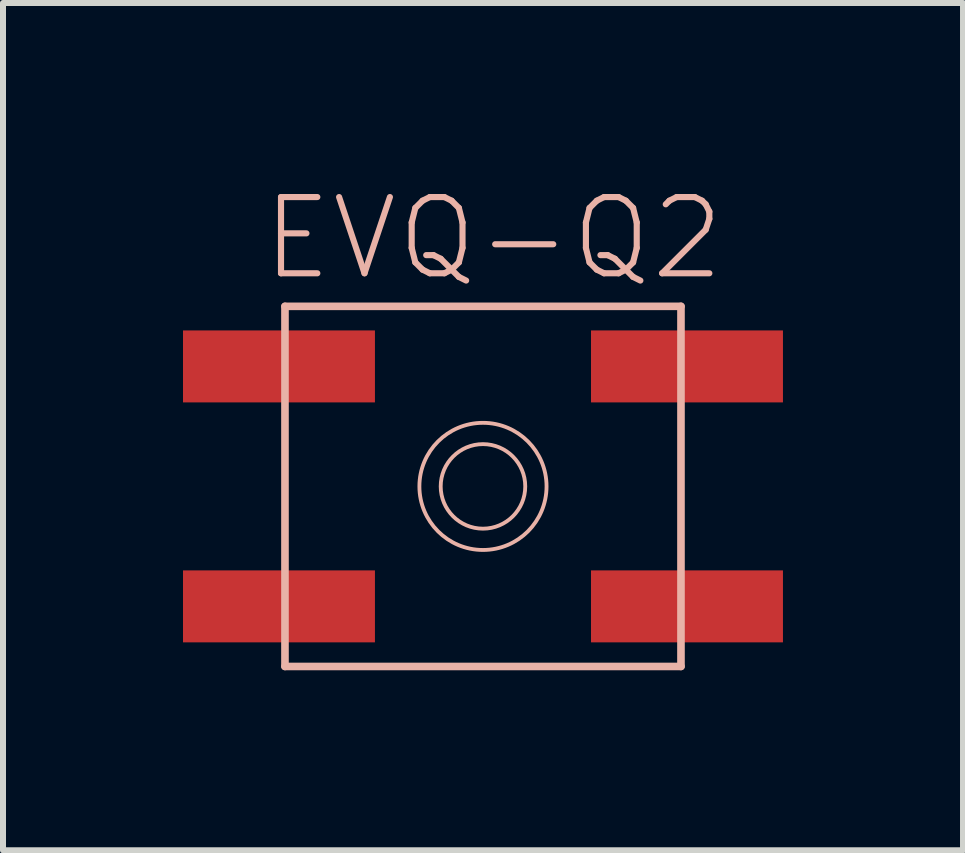
<source format=kicad_pcb>
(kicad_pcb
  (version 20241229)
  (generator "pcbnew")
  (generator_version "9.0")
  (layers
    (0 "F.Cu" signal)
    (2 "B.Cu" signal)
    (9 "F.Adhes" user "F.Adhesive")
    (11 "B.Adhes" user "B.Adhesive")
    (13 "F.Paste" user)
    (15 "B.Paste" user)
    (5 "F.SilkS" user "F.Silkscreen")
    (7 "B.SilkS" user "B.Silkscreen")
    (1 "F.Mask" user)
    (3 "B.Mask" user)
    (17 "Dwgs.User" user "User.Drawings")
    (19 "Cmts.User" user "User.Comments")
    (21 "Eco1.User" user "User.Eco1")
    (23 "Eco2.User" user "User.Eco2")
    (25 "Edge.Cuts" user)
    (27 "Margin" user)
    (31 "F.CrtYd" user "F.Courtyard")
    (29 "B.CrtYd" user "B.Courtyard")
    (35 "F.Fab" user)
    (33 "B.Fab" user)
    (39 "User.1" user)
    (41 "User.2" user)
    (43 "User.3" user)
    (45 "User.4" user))
  (footprint "EVQ-Q2"
    (layer "F.Cu")
    (at 4.997 5.054)
    (property "Reference" "EVQ-Q2" (at 0.173 -4.133 0) (layer "B.SilkS") (effects (font (size 1.27 1.27) (thickness 0.102))))
    (attr smd)
    (fp_line (start -3.299 -3) (end 3.299 -3) (stroke (width 0.127) (type solid)) (layer "B.SilkS"))
    (fp_line (start -3.299 3) (end -3.299 -3) (stroke (width 0.127) (type solid)) (layer "B.SilkS"))
    (fp_line (start 3.299 -3) (end 3.299 3) (stroke (width 0.127) (type solid)) (layer "B.SilkS"))
    (fp_line (start 3.299 3) (end -3.299 3) (stroke (width 0.127) (type solid)) (layer "B.SilkS"))
    (fp_circle (center 0 0) (end -0.749 0.749) (stroke (width 0.064) (type solid)) (fill no) (layer "B.SilkS"))
    (fp_circle (center 0 0) (end -0.498 0.498) (stroke (width 0.064) (type solid)) (fill no) (layer "B.SilkS"))
    (pad "A" smd rect (at -3.399 1.999) (size 3.198 1.199) (layers "F.Cu" "F.Mask" "F.Paste"))
    (pad "A'" smd rect (at 3.399 1.999) (size 3.198 1.199) (layers "F.Cu" "F.Mask" "F.Paste"))
    (pad "B" smd rect (at -3.399 -1.999) (size 3.198 1.199) (layers "F.Cu" "F.Mask" "F.Paste"))
    (pad "B'" smd rect (at 3.399 -1.999) (size 3.198 1.199) (layers "F.Cu" "F.Mask" "F.Paste")))
  (gr_rect
    (start -3 -3)
    (end 12.995 11.117)
    (stroke (width 0.1) (type default))
    (fill no)
    (layer "Edge.Cuts")))
</source>
